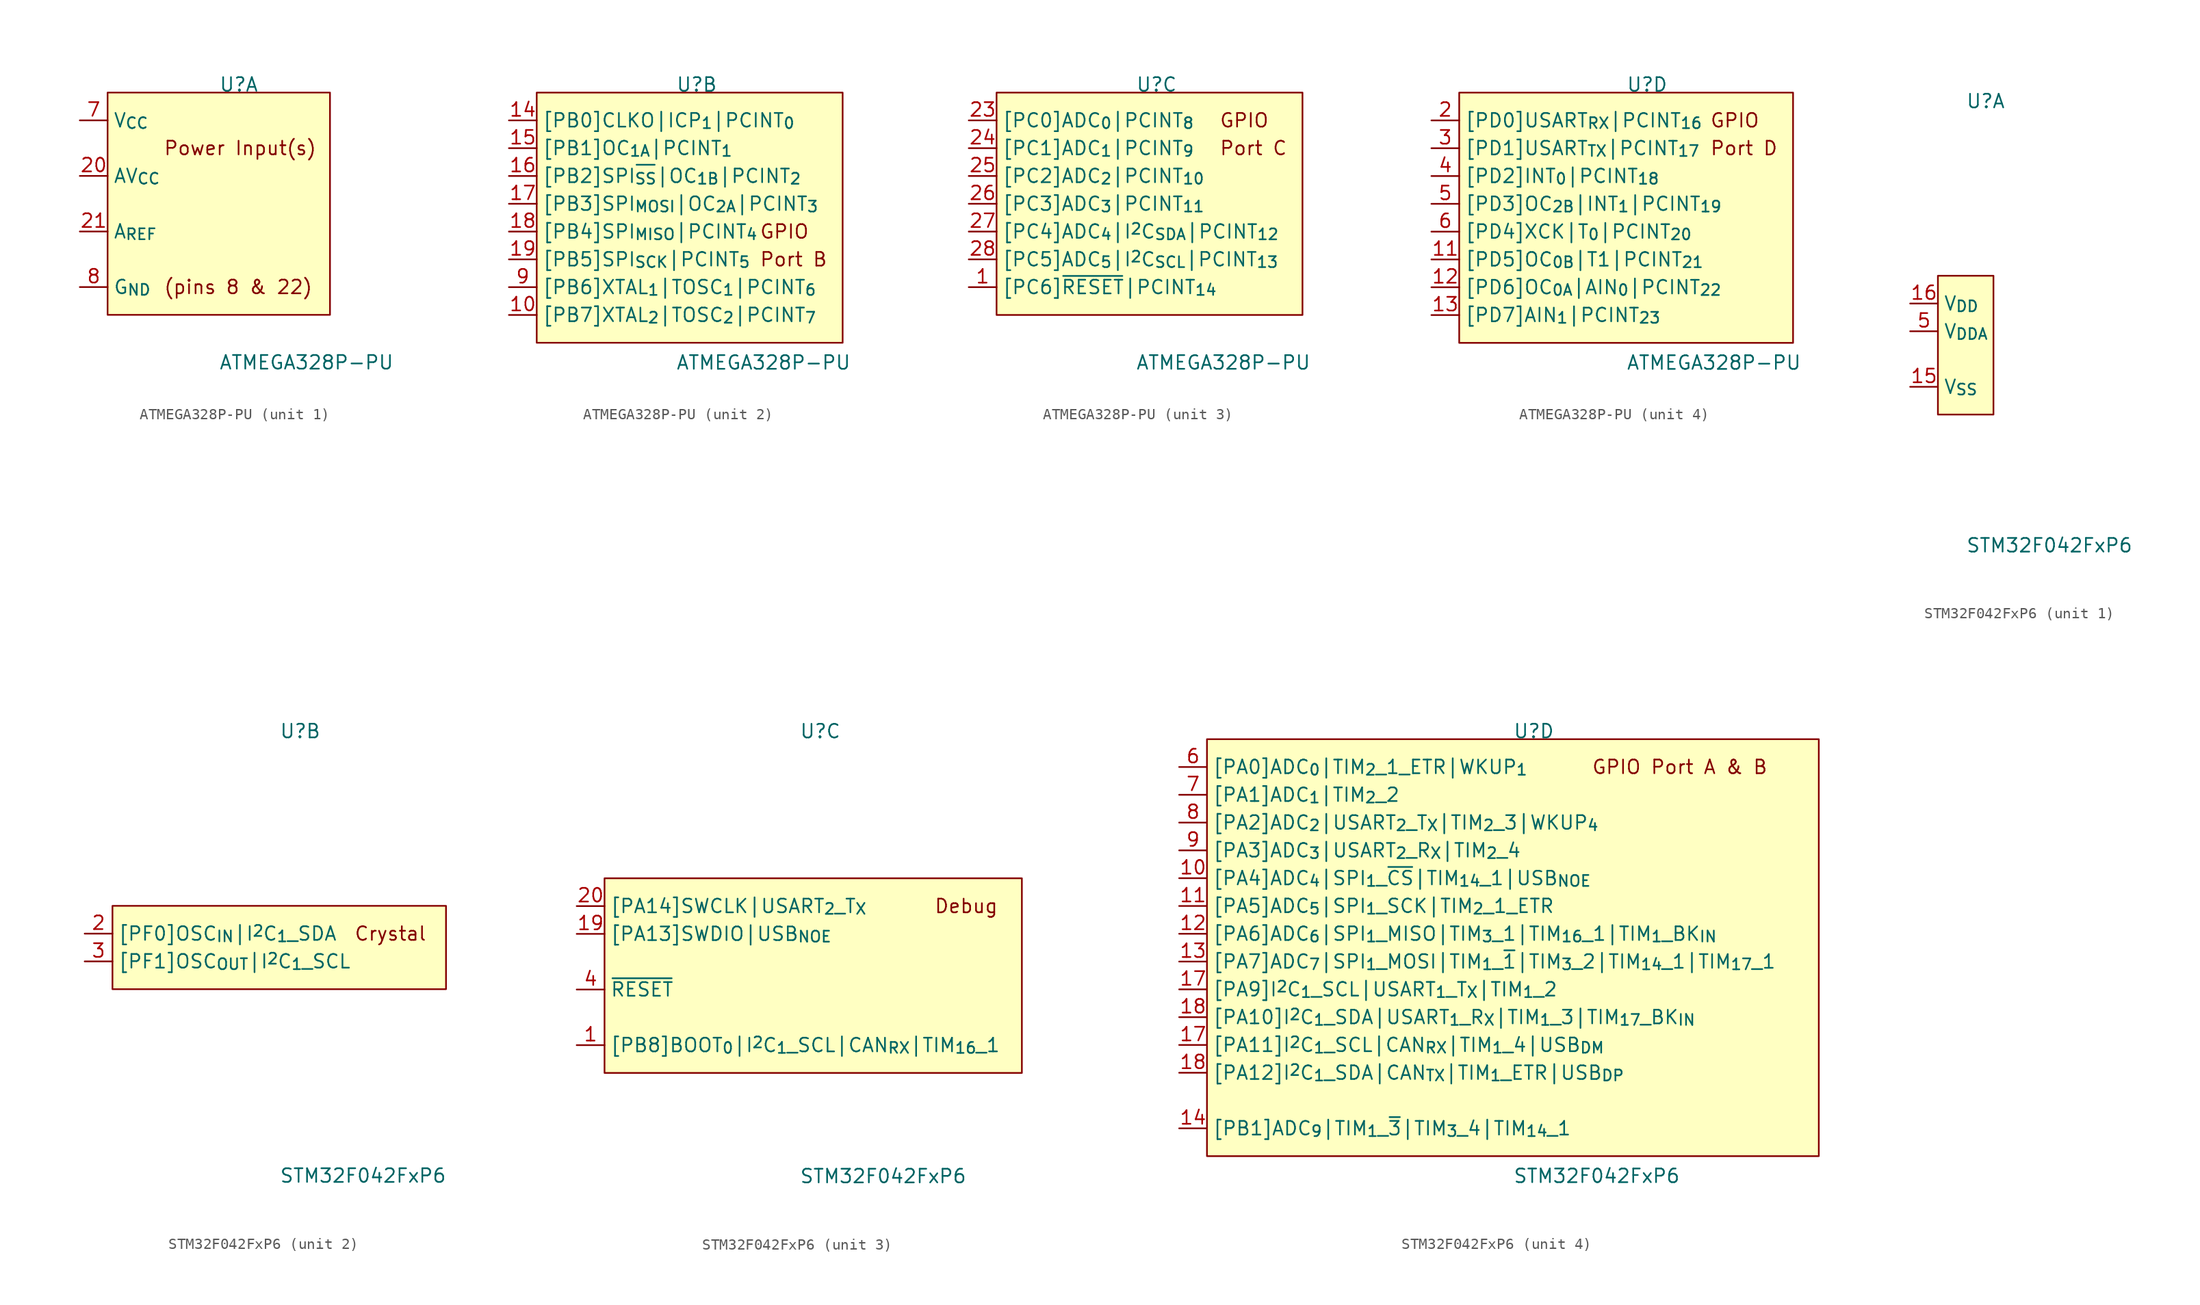
<source format=kicad_sym>
(kicad_symbol_lib
  (version 20211014)
  (generator kicad_symbol_editor)
  (symbol "ATMEGA328P-PU"
    (pin_names
      (offset 0.5))
    (property "Reference" "U"
      (at 0 10.16 0)
      (effects (font (size 1.25 1.25)) (justify left bottom)))
    (property "Value" "ATMEGA328P-PU"
      (at 0 -15.24 0)
      (effects (font (size 1.25 1.25)) (justify left bottom)))
    (property "ki_locked" ""
      (at 0 0 0)
      (effects (font (size 1.27 1.27))))
    (symbol "ATMEGA328P-PU_1_1"
      (rectangle (start -10.16 10.16) (end 10.16 -10.16) (stroke (width 0) (type default) (color 0 0 0 0)) (fill (type background)))
      (text "(pins 8 & 22)" (at -5.08 -7.62 0) (effects (font (size 1.25 1.25)) (justify left)))
      (text "Power Input(s)" (at -5.08 5.08 0) (effects (font (size 1.25 1.25)) (justify left)))
      (pin power_in line (at -12.7 2.54 0) (length 2.54) (name "AV_{CC}" (effects (font (size 1.25 1.25)))) (number "20" (effects (font (size 1.25 1.25)))))
      (pin input line (at -12.7 -2.54 0) (length 2.54) (name "A_{REF}" (effects (font (size 1.25 1.25)))) (number "21" (effects (font (size 1.25 1.25)))))
      (pin power_in line (at -12.7 -7.62 0) (length 2.54) hide (name "G_{ND}" (effects (font (size 1.25 1.25)))) (number "22" (effects (font (size 1.25 1.25)))))
      (pin power_in line (at -12.7 7.62 0) (length 2.54) (name "V_{CC}" (effects (font (size 1.25 1.25)))) (number "7" (effects (font (size 1.25 1.25)))))
      (pin power_in line (at -12.7 -7.62 0) (length 2.54) (name "G_{ND}" (effects (font (size 1.25 1.25)))) (number "8" (effects (font (size 1.25 1.25))))))
    (symbol "ATMEGA328P-PU_2_1"
      (rectangle (start -12.7 10.16) (end 15.24 -12.7) (stroke (width 0) (type default) (color 0 0 0 0)) (fill (type background)))
      (text "GPIO" (at 7.62 -2.54 0) (effects (font (size 1.25 1.25)) (justify left)))
      (text "Port B" (at 7.62 -5.08 0) (effects (font (size 1.25 1.25)) (justify left)))
      (pin bidirectional line (at -15.24 -10.16 0) (length 2.54) (name "[PB7]XTAL_{2}|TOSC_{2}|PCINT_{7}" (effects (font (size 1.25 1.25)))) (number "10" (effects (font (size 1.25 1.25)))))
      (pin bidirectional line (at -15.24 7.62 0) (length 2.54) (name "[PB0]CLKO|ICP_{1}|PCINT_{0}" (effects (font (size 1.25 1.25)))) (number "14" (effects (font (size 1.25 1.25)))))
      (pin bidirectional line (at -15.24 5.08 0) (length 2.54) (name "[PB1]OC_{1A}|PCINT_{1}" (effects (font (size 1.25 1.25)))) (number "15" (effects (font (size 1.25 1.25)))))
      (pin bidirectional line (at -15.24 2.54 0) (length 2.54) (name "[PB2]SPI_{~{SS}}|OC_{1B}|PCINT_{2}" (effects (font (size 1.25 1.25)))) (number "16" (effects (font (size 1.25 1.25)))))
      (pin bidirectional line (at -15.24 0 0) (length 2.54) (name "[PB3]SPI_{MOSI}|OC_{2A}|PCINT_{3}" (effects (font (size 1.25 1.25)))) (number "17" (effects (font (size 1.25 1.25)))))
      (pin bidirectional line (at -15.24 -2.54 0) (length 2.54) (name "[PB4]SPI_{MISO}|PCINT_{4}" (effects (font (size 1.25 1.25)))) (number "18" (effects (font (size 1.25 1.25)))))
      (pin bidirectional line (at -15.24 -5.08 0) (length 2.54) (name "[PB5]SPI_{SCK}|PCINT_{5}" (effects (font (size 1.25 1.25)))) (number "19" (effects (font (size 1.25 1.25)))))
      (pin bidirectional line (at -15.24 -7.62 0) (length 2.54) (name "[PB6]XTAL_{1}|TOSC_{1}|PCINT_{6}" (effects (font (size 1.25 1.25)))) (number "9" (effects (font (size 1.25 1.25))))))
    (symbol "ATMEGA328P-PU_3_1"
      (rectangle (start -12.7 10.16) (end 15.24 -10.16) (stroke (width 0) (type default) (color 0 0 0 0)) (fill (type background)))
      (text "GPIO" (at 7.62 7.62 0) (effects (font (size 1.25 1.25)) (justify left)))
      (text "Port C" (at 7.62 5.08 0) (effects (font (size 1.25 1.25)) (justify left)))
      (pin bidirectional line (at -15.24 -7.62 0) (length 2.54) (name "[PC6]~{RESET}|PCINT_{14}" (effects (font (size 1.25 1.25)))) (number "1" (effects (font (size 1.25 1.25)))))
      (pin bidirectional line (at -15.24 7.62 0) (length 2.54) (name "[PC0]ADC_{0}|PCINT_{8}" (effects (font (size 1.25 1.25)))) (number "23" (effects (font (size 1.25 1.25)))))
      (pin bidirectional line (at -15.24 5.08 0) (length 2.54) (name "[PC1]ADC_{1}|PCINT_{9}" (effects (font (size 1.25 1.25)))) (number "24" (effects (font (size 1.25 1.25)))))
      (pin bidirectional line (at -15.24 2.54 0) (length 2.54) (name "[PC2]ADC_{2}|PCINT_{10}" (effects (font (size 1.25 1.25)))) (number "25" (effects (font (size 1.25 1.25)))))
      (pin bidirectional line (at -15.24 0 0) (length 2.54) (name "[PC3]ADC_{3}|PCINT_{11}" (effects (font (size 1.25 1.25)))) (number "26" (effects (font (size 1.25 1.25)))))
      (pin bidirectional line (at -15.24 -2.54 0) (length 2.54) (name "[PC4]ADC_{4}|I^{2}C_{SDA}|PCINT_{12}" (effects (font (size 1.25 1.25)))) (number "27" (effects (font (size 1.25 1.25)))))
      (pin bidirectional line (at -15.24 -5.08 0) (length 2.54) (name "[PC5]ADC_{5}|I^{2}C_{SCL}|PCINT_{13}" (effects (font (size 1.25 1.25)))) (number "28" (effects (font (size 1.25 1.25))))))
    (symbol "ATMEGA328P-PU_4_1"
      (rectangle (start -15.24 10.16) (end 15.24 -12.7) (stroke (width 0) (type default) (color 0 0 0 0)) (fill (type background)))
      (text "GPIO" (at 7.62 7.62 0) (effects (font (size 1.25 1.25)) (justify left)))
      (text "Port D" (at 7.62 5.08 0) (effects (font (size 1.25 1.25)) (justify left)))
      (pin bidirectional line (at -17.78 -5.08 0) (length 2.54) (name "[PD5]OC_{0B}|T1|PCINT_{21}" (effects (font (size 1.25 1.25)))) (number "11" (effects (font (size 1.25 1.25)))))
      (pin bidirectional line (at -17.78 -7.62 0) (length 2.54) (name "[PD6]OC_{0A}|AIN_{0}|PCINT_{22}" (effects (font (size 1.25 1.25)))) (number "12" (effects (font (size 1.25 1.25)))))
      (pin bidirectional line (at -17.78 -10.16 0) (length 2.54) (name "[PD7]AIN_{1}|PCINT_{23}" (effects (font (size 1.25 1.25)))) (number "13" (effects (font (size 1.25 1.25)))))
      (pin bidirectional line (at -17.78 7.62 0) (length 2.54) (name "[PD0]USART_{RX}|PCINT_{16}" (effects (font (size 1.25 1.25)))) (number "2" (effects (font (size 1.25 1.25)))))
      (pin bidirectional line (at -17.78 5.08 0) (length 2.54) (name "[PD1]USART_{TX}|PCINT_{17}" (effects (font (size 1.25 1.25)))) (number "3" (effects (font (size 1.25 1.25)))))
      (pin bidirectional line (at -17.78 2.54 0) (length 2.54) (name "[PD2]INT_{0}|PCINT_{18}" (effects (font (size 1.25 1.25)))) (number "4" (effects (font (size 1.25 1.25)))))
      (pin bidirectional line (at -17.78 0 0) (length 2.54) (name "[PD3]OC_{2B}|INT_{1}|PCINT_{19}" (effects (font (size 1.25 1.25)))) (number "5" (effects (font (size 1.25 1.25)))))
      (pin bidirectional line (at -17.78 -2.54 0) (length 2.54) (name "[PD4]XCK|T_{0}|PCINT_{20}" (effects (font (size 1.25 1.25)))) (number "6" (effects (font (size 1.25 1.25)))))))
  (symbol "STM32F042FxP6"
    (pin_names
      (offset 0.5))
    (property "Reference" "U"
      (at 0 20.32 0)
      (effects (font (size 1.25 1.25)) (justify left bottom)))
    (property "Value" "STM32F042FxP6"
      (at 0 -20.32 0)
      (effects (font (size 1.25 1.25)) (justify left bottom)))
    (property "ki_locked" ""
      (at 0 0 0)
      (effects (font (size 1.27 1.27))))
    (symbol "STM32F042FxP6_1_1"
      (rectangle (start -2.54 5.08) (end 2.54 -7.62) (stroke (width 0) (type default) (color 0 0 0 0)) (fill (type background)))
      (pin power_in line (at -5.08 -5.08 0) (length 2.54) (name "V_{SS}" (effects (font (size 1.25 1.25)))) (number "15" (effects (font (size 1.25 1.25)))))
      (pin power_in line (at -5.08 2.54 0) (length 2.54) (name "V_{DD}" (effects (font (size 1.25 1.25)))) (number "16" (effects (font (size 1.25 1.25)))))
      (pin power_in line (at -5.08 0 0) (length 2.54) (name "V_{DDA}" (effects (font (size 1.25 1.25)))) (number "5" (effects (font (size 1.25 1.25))))))
    (symbol "STM32F042FxP6_2_1"
      (rectangle (start -15.24 5.08) (end 15.24 -2.54) (stroke (width 0) (type default) (color 0 0 0 0)) (fill (type background)))
      (text "Crystal" (at 10.16 2.54 0) (effects (font (size 1.25 1.25))))
      (pin input line (at -17.78 2.54 0) (length 2.54) (name "[PF0]OSC_{IN}|I^{2}C_{1}_SDA" (effects (font (size 1.25 1.25)))) (number "2" (effects (font (size 1.25 1.25)))))
      (pin output line (at -17.78 0 0) (length 2.54) (name "[PF1]OSC_{OUT}|I^{2}C_{1}_SCL" (effects (font (size 1.25 1.25)))) (number "3" (effects (font (size 1.25 1.25))))))
    (symbol "STM32F042FxP6_3_1"
      (rectangle (start -17.78 7.62) (end 20.32 -10.16) (stroke (width 0) (type default) (color 0 0 0 0)) (fill (type background)))
      (text "Debug" (at 15.24 5.08 0) (effects (font (size 1.25 1.25))))
      (pin bidirectional line (at -20.32 -7.62 0) (length 2.54) (name "[PB8]BOOT_{0}|I^{2}C_{1}_SCL|CAN_{RX}|TIM_{16}_1" (effects (font (size 1.25 1.25)))) (number "1" (effects (font (size 1.25 1.25)))))
      (pin bidirectional line (at -20.32 2.54 0) (length 2.54) (name "[PA13]SWDIO|USB_{NOE}" (effects (font (size 1.25 1.25)))) (number "19" (effects (font (size 1.25 1.25)))))
      (pin bidirectional line (at -20.32 5.08 0) (length 2.54) (name "[PA14]SWCLK|USART_{2}_T_{X}" (effects (font (size 1.25 1.25)))) (number "20" (effects (font (size 1.25 1.25)))))
      (pin input line (at -20.32 -2.54 0) (length 2.54) (name "~{RESET}" (effects (font (size 1.25 1.25)))) (number "4" (effects (font (size 1.25 1.25))))))
    (symbol "STM32F042FxP6_4_1"
      (rectangle (start -27.94 20.32) (end 27.94 -17.78) (stroke (width 0) (type default) (color 0 0 0 0)) (fill (type background)))
      (text "GPIO Port A & B" (at 15.24 17.78 0) (effects (font (size 1.25 1.25))))
      (pin bidirectional line (at -30.48 7.62 0) (length 2.54) (name "[PA4]ADC_{4}|SPI_{1}_~{CS}|TIM_{14}_1|USB_{NOE}" (effects (font (size 1.25 1.25)))) (number "10" (effects (font (size 1.25 1.25)))))
      (pin bidirectional line (at -30.48 5.08 0) (length 2.54) (name "[PA5]ADC_{5}|SPI_{1}_SCK|TIM_{2}_1_ETR" (effects (font (size 1.25 1.25)))) (number "11" (effects (font (size 1.25 1.25)))))
      (pin bidirectional line (at -30.48 2.54 0) (length 2.54) (name "[PA6]ADC_{6}|SPI_{1}_MISO|TIM_{3}_1|TIM_{16}_1|TIM_{1}_BK_{IN}" (effects (font (size 1.25 1.25)))) (number "12" (effects (font (size 1.25 1.25)))))
      (pin bidirectional line (at -30.48 0 0) (length 2.54) (name "[PA7]ADC_{7}|SPI_{1}_MOSI|TIM_{1}_~{1}|TIM_{3}_2|TIM_{14}_1|TIM_{17}_1" (effects (font (size 1.25 1.25)))) (number "13" (effects (font (size 1.25 1.25)))))
      (pin bidirectional line (at -30.48 -15.24 0) (length 2.54) (name "[PB1]ADC_{9}|TIM_{1}_~{3}|TIM_{3}_4|TIM_{14}_1" (effects (font (size 1.25 1.25)))) (number "14" (effects (font (size 1.25 1.25)))))
      (pin bidirectional line (at -30.48 -7.62 0) (length 2.54) (name "[PA11]I^{2}C_{1}_SCL|CAN_{RX}|TIM_{1}_4|USB_{DM}" (effects (font (size 1.25 1.25)))) (number "17" (effects (font (size 1.25 1.25)))))
      (pin bidirectional line (at -30.48 -2.54 0) (length 2.54) (name "[PA9]I^{2}C_{1}_SCL|USART_{1}_T_{X}|TIM_{1}_2" (effects (font (size 1.25 1.25)))) (number "17" (effects (font (size 1.25 1.25)))))
      (pin bidirectional line (at -30.48 -5.08 0) (length 2.54) (name "[PA10]I^{2}C_{1}_SDA|USART_{1}_R_{X}|TIM_{1}_3|TIM_{17}_BK_{IN}" (effects (font (size 1.25 1.25)))) (number "18" (effects (font (size 1.25 1.25)))))
      (pin bidirectional line (at -30.48 -10.16 0) (length 2.54) (name "[PA12]I^{2}C_{1}_SDA|CAN_{TX}|TIM_{1}_ETR|USB_{DP}" (effects (font (size 1.25 1.25)))) (number "18" (effects (font (size 1.25 1.25)))))
      (pin bidirectional line (at -30.48 17.78 0) (length 2.54) (name "[PA0]ADC_{0}|TIM_{2}_1_ETR|WKUP_{1}" (effects (font (size 1.25 1.25)))) (number "6" (effects (font (size 1.25 1.25)))))
      (pin bidirectional line (at -30.48 15.24 0) (length 2.54) (name "[PA1]ADC_{1}|TIM_{2}_2" (effects (font (size 1.25 1.25)))) (number "7" (effects (font (size 1.25 1.25)))))
      (pin bidirectional line (at -30.48 12.7 0) (length 2.54) (name "[PA2]ADC_{2}|USART_{2}_T_{X}|TIM_{2}_3|WKUP_{4}" (effects (font (size 1.25 1.25)))) (number "8" (effects (font (size 1.25 1.25)))))
      (pin bidirectional line (at -30.48 10.16 0) (length 2.54) (name "[PA3]ADC_{3}|USART_{2}_R_{X}|TIM_{2}_4" (effects (font (size 1.25 1.25)))) (number "9" (effects (font (size 1.25 1.25))))))))
</source>
